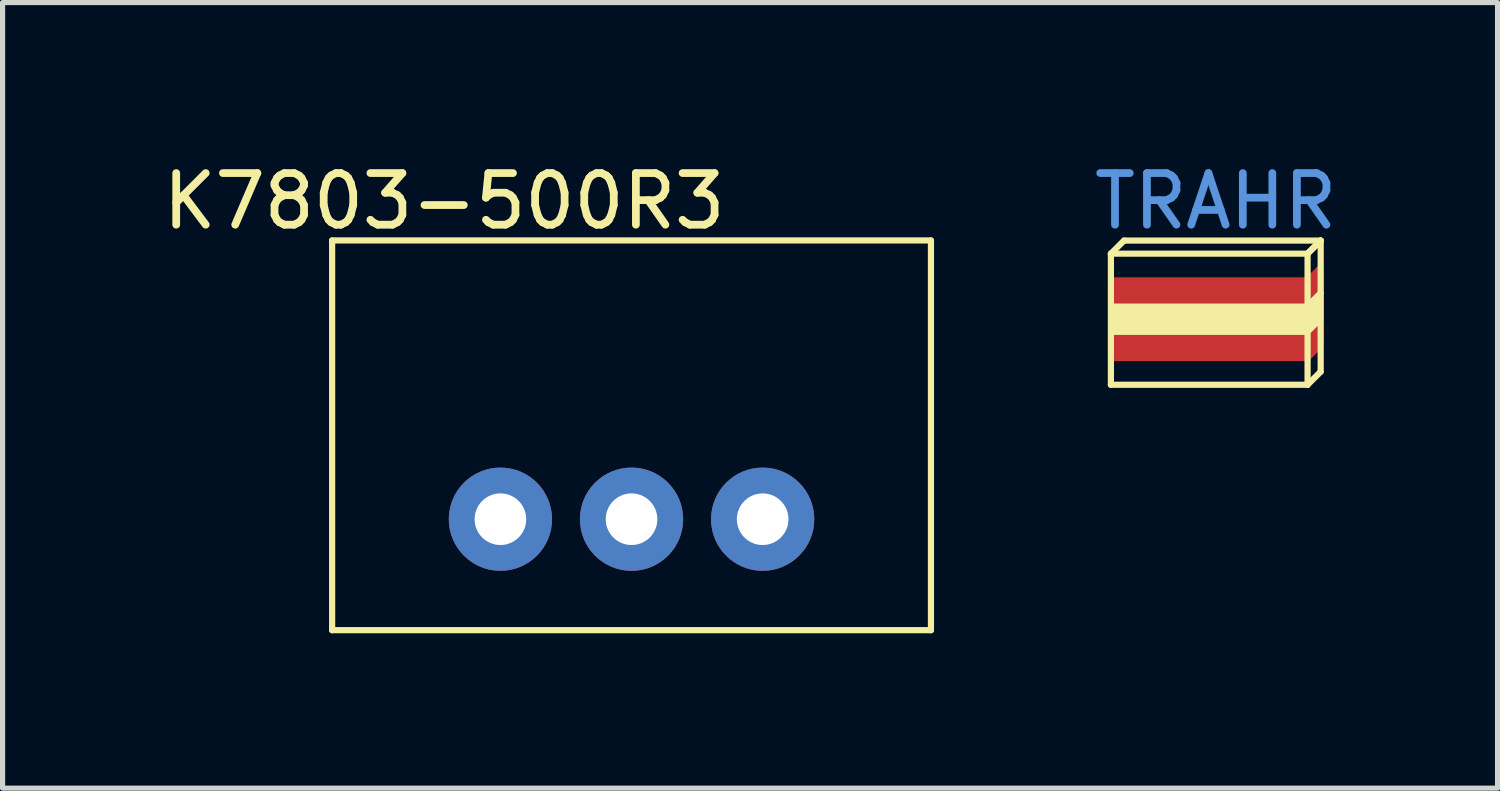
<source format=kicad_pcb>
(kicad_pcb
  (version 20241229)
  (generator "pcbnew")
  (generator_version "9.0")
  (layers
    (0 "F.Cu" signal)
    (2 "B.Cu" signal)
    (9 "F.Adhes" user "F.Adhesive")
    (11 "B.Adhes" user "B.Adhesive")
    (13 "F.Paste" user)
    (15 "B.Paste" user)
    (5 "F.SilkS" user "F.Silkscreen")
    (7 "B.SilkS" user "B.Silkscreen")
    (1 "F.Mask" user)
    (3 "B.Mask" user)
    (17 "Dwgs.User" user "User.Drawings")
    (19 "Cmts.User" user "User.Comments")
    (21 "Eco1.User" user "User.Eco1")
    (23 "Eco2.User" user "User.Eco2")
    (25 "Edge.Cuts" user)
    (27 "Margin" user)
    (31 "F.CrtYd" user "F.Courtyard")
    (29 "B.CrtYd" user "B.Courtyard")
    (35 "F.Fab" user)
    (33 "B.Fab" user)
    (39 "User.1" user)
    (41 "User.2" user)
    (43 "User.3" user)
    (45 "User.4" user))
  (footprint "TRAHR"
    (layer "F.Cu")
    (at 20.502 2.88)
    (property "Reference" "TRAHR" (at 0 -2.032 0) (layer "Cmts.User") (effects (font (size 1 1) (thickness 0.15))))
    (attr through_hole)
    (fp_poly (pts (xy 2.032 -0.254) (xy 1.778 0) (xy -2.032 0) (xy -2.032 -0.508) (xy 1.778 -0.508) (xy 2.032 -0.762)) (stroke (width 0.1) (type solid)) (fill yes) (layer "F.Cu"))
    (fp_poly (pts (xy 2.032 0.762) (xy 1.778 1.016) (xy -2.032 1.016) (xy -2.032 0.508) (xy 1.778 0.508) (xy 2.032 0.254)) (stroke (width 0.1) (type solid)) (fill yes) (layer "F.Cu"))
    (fp_line (start -2.032 -1.016) (end -2.032 1.524) (stroke (width 0.12) (type solid)) (layer "F.SilkS"))
    (fp_line (start -2.032 -1.016) (end -1.778 -1.27) (stroke (width 0.12) (type solid)) (layer "F.SilkS"))
    (fp_line (start -2.032 1.524) (end 1.778 1.524) (stroke (width 0.12) (type solid)) (layer "F.SilkS"))
    (fp_line (start -1.778 -1.27) (end 2.032 -1.27) (stroke (width 0.12) (type solid)) (layer "F.SilkS"))
    (fp_line (start 1.778 -1.016) (end -2.032 -1.016) (stroke (width 0.12) (type solid)) (layer "F.SilkS"))
    (fp_line (start 1.778 -1.016) (end 2.032 -1.27) (stroke (width 0.12) (type solid)) (layer "F.SilkS"))
    (fp_line (start 1.778 0) (end 2.032 -0.254) (stroke (width 0.12) (type solid)) (layer "F.SilkS"))
    (fp_line (start 1.778 1.524) (end 1.778 -1.016) (stroke (width 0.12) (type solid)) (layer "F.SilkS"))
    (fp_line (start 2.032 -1.27) (end 1.778 -1.016) (stroke (width 0.12) (type solid)) (layer "F.SilkS"))
    (fp_line (start 2.032 -1.27) (end 2.032 1.27) (stroke (width 0.12) (type solid)) (layer "F.SilkS"))
    (fp_line (start 2.032 1.27) (end 1.778 1.524) (stroke (width 0.12) (type solid)) (layer "F.SilkS"))
    (fp_poly (pts (xy 1.778 0.508) (xy -2.032 0.508) (xy -2.032 0) (xy 1.778 0)) (stroke (width 0.1) (type solid)) (fill yes) (layer "F.SilkS"))
    (fp_poly (pts (xy 2.032 0.254) (xy 1.778 0.508) (xy 1.778 0) (xy 2.032 -0.254)) (stroke (width 0.1) (type solid)) (fill yes) (layer "F.SilkS")))
  (footprint "K7803-500R3"
    (layer "F.Cu")
    (at 9.184 7.008)
    (property "Reference" "K7803-500R3" (at -3.63 -6.16 0) (layer "F.SilkS") (effects (font (size 1 1) (thickness 0.15))))
    (attr through_hole)
    (fp_line (start -5.8 -5.4) (end 5.8 -5.4) (stroke (width 0.12) (type solid)) (layer "F.SilkS"))
    (fp_line (start -5.8 2.15) (end -5.8 -5.4) (stroke (width 0.12) (type solid)) (layer "F.SilkS"))
    (fp_line (start 5.8 -5.4) (end 5.8 2.15) (stroke (width 0.12) (type solid)) (layer "F.SilkS"))
    (fp_line (start 5.8 2.15) (end -5.8 2.15) (stroke (width 0.12) (type solid)) (layer "F.SilkS"))
    (pad "1" thru_hole circle (at -2.54 0) (size 2 2) (drill 1) (layers "*.Cu" "*.Mask"))
    (pad "2" thru_hole circle (at 0 0) (size 2 2) (drill 1) (layers "*.Cu" "*.Mask"))
    (pad "3" thru_hole circle (at 2.54 0) (size 2 2) (drill 1) (layers "*.Cu" "*.Mask")))
  (gr_rect
    (start -3 -3)
    (end 25.96 12.218)
    (stroke (width 0.1) (type default))
    (fill no)
    (layer "Edge.Cuts")))
</source>
